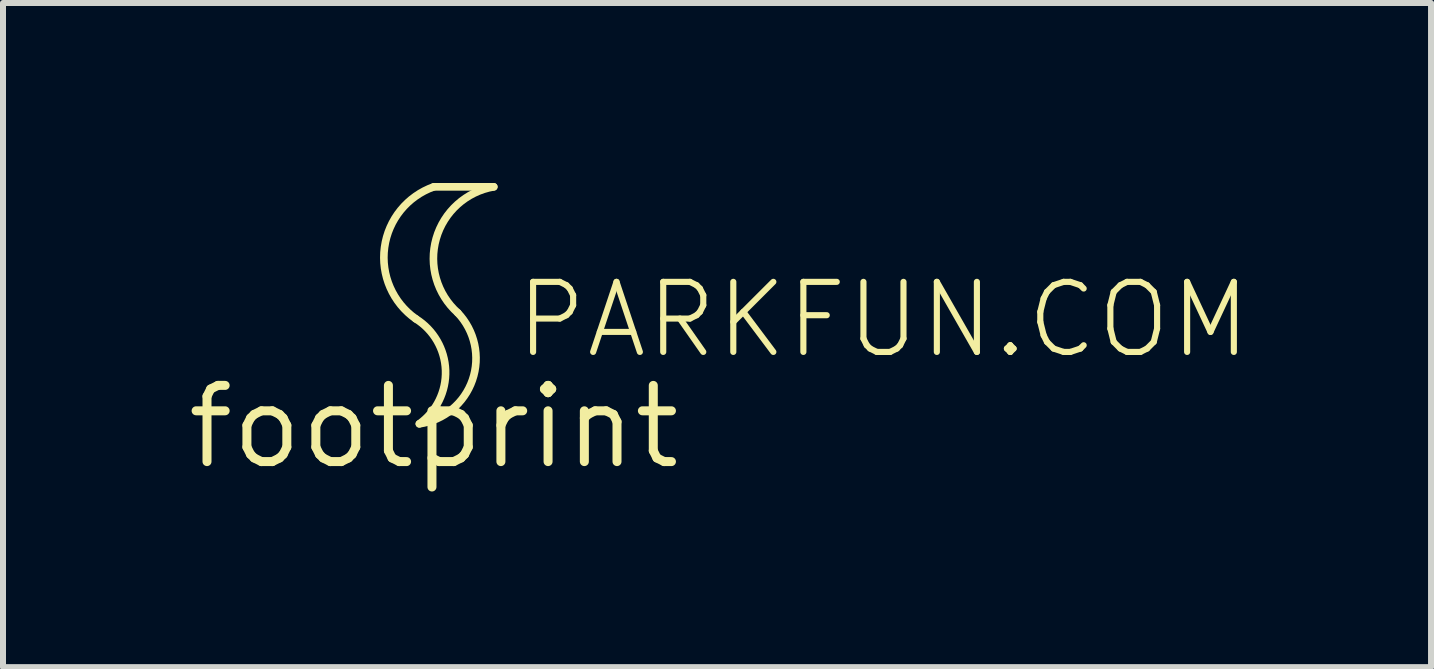
<source format=kicad_pcb>
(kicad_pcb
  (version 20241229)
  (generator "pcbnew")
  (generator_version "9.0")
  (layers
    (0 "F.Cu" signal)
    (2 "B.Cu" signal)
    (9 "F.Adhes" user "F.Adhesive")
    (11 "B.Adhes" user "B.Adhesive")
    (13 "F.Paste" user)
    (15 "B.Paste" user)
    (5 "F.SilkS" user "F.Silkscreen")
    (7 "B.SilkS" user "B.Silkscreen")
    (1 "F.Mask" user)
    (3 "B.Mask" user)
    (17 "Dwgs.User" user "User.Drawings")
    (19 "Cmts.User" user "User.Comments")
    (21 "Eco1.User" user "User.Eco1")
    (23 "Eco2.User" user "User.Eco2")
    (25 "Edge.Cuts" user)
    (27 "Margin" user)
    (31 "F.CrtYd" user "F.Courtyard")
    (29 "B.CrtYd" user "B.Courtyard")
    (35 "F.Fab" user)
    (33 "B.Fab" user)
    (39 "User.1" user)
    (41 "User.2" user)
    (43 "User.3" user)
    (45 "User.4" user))
  (footprint "footprint"
    (layer "F.Cu")
    (at 4.18 4.064)
    (property "Reference" "footprint" (at 0 0 0) (layer "F.SilkS") (effects (font (size 1.27 1.27) (thickness 0.15))))
    (fp_line (start 0 -4) (end 1 -4) (stroke (width 0.127) (type solid)) (layer "F.SilkS"))
    (fp_arc (start -0.3 -1.8) (mid 0.196392 -0.94099) (end -0.239999 -0.049999) (stroke (width 0.127) (type solid)) (layer "F.SilkS"))
    (fp_arc (start -0.3 -1.8) (mid -0.820479 -2.991429) (end 0 -4) (stroke (width 0.127) (type solid)) (layer "F.SilkS"))
    (fp_arc (start 0.4 -1.9) (mid 0.643802 -0.779955) (end -0.239999 -0.049999) (stroke (width 0.127) (type solid)) (layer "F.SilkS"))
    (fp_arc (start 0.4 -1.9) (mid 0.040551 -3.138413) (end 0.999999 -3.999999) (stroke (width 0.127) (type solid)) (layer "F.SilkS"))
    (fp_poly (pts (xy -0.02 -0.17) (xy 0.02 -0.17) (xy 0.02 -0.26) (xy -0.02 -0.26)) (stroke (width 0) (type solid)) (fill yes) (layer "F.SilkS"))
    (fp_text user "PARKFUN.COM" (at 1.31 -1.1 0) (layer "F.SilkS") (effects (font (size 1.168 1.168) (thickness 0.102)) (justify left bottom))))
  (gr_rect
    (start -3 -3)
    (end 20.802 8.07)
    (stroke (width 0.1) (type default))
    (fill no)
    (layer "Edge.Cuts")))
</source>
